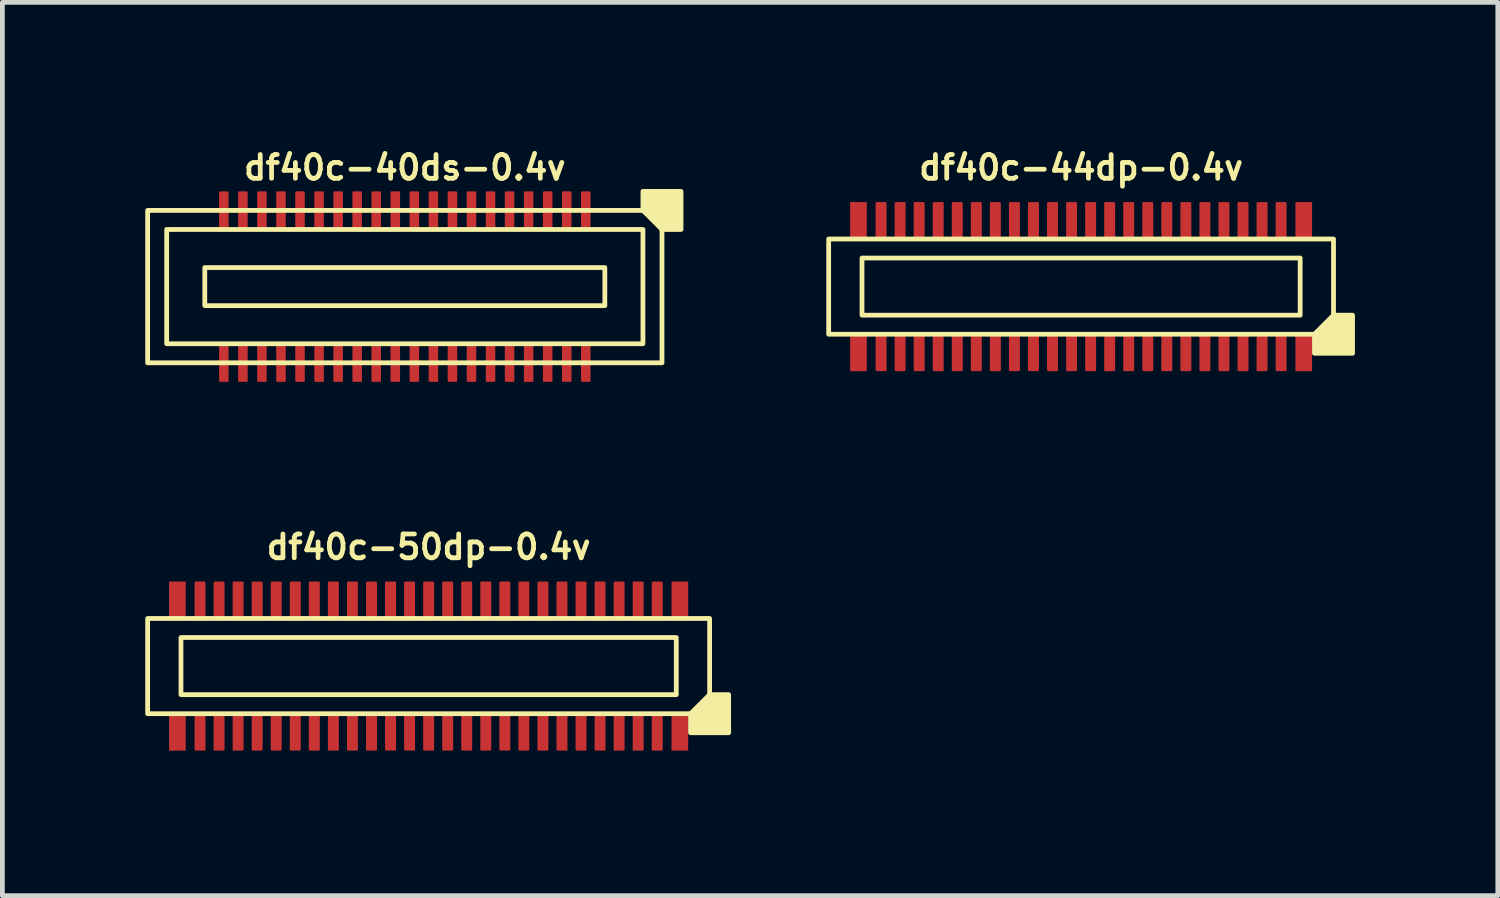
<source format=kicad_pcb>
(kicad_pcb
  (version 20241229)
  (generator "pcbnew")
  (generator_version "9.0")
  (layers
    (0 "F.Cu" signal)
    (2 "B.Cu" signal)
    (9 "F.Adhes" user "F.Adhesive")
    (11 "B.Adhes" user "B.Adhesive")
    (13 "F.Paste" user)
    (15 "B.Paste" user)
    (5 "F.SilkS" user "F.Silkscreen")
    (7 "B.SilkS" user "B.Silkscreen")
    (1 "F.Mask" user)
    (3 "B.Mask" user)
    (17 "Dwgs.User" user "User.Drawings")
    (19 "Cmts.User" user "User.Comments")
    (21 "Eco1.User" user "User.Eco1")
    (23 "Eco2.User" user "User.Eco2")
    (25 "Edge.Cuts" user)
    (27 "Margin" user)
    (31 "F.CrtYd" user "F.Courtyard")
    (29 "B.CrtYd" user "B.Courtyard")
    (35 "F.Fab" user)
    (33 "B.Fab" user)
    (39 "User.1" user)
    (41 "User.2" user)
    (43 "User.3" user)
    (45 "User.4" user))
  (footprint "df40c-44dp-0.4v"
    (layer "F.Cu")
    (at 19.65 2.968)
    (property "Reference" "df40c-44dp-0.4v" (at 0 -2.5 180) (layer "F.SilkS") (effects (font (size 0.5 0.5) (thickness 0.1))))
    (attr smd)
    (fp_rect (start -4.85 -1.775) (end -4.5 -1.025) (stroke (width 0) (type solid)) (fill yes) (layer "F.Cu"))
    (fp_rect (start -4.85 1.025) (end -4.5 1.775) (stroke (width 0) (type solid)) (fill yes) (layer "F.Cu"))
    (fp_rect (start 4.5 -1.775) (end 4.85 -1.025) (stroke (width 0) (type solid)) (fill yes) (layer "F.Cu"))
    (fp_rect (start 4.5 1.025) (end 4.85 1.775) (stroke (width 0) (type solid)) (fill yes) (layer "F.Cu"))
    (fp_rect (start -4.88 -1.805) (end -4.47 -0.995) (stroke (width 0) (type solid)) (fill yes) (layer "F.Mask"))
    (fp_rect (start -4.88 0.995) (end -4.47 1.805) (stroke (width 0) (type solid)) (fill yes) (layer "F.Mask"))
    (fp_rect (start 4.47 -0.995) (end 4.88 -1.805) (stroke (width 0.03) (type solid)) (fill yes) (layer "F.Mask"))
    (fp_rect (start 4.47 0.995) (end 4.88 1.805) (stroke (width 0.03) (type solid)) (fill yes) (layer "F.Mask"))
    (fp_rect (start 4.6 -0.6) (end -4.6 0.6) (stroke (width 0.1) (type default)) (fill no) (layer "F.SilkS"))
    (fp_rect (start 5.3 -1) (end -5.3 1) (stroke (width 0.1) (type default)) (fill no) (layer "F.SilkS"))
    (fp_poly (pts (xy 4.9 1) (xy 4.9 1.4) (xy 5.7 1.4) (xy 5.7 0.6) (xy 5.3 0.6)) (stroke (width 0.1) (type solid)) (fill yes) (layer "F.SilkS"))
    (fp_rect (start -4.85 -1.775) (end -4.5 -1.025) (stroke (width 0) (type solid)) (fill yes) (layer "F.Paste"))
    (fp_rect (start -4.5 1.025) (end -4.85 1.775) (stroke (width 0) (type solid)) (fill yes) (layer "F.Paste"))
    (fp_rect (start 4.5 -1.775) (end 4.85 -1.025) (stroke (width 0) (type solid)) (fill yes) (layer "F.Paste"))
    (fp_rect (start 4.5 1.025) (end 4.85 1.775) (stroke (width 0) (type solid)) (fill yes) (layer "F.Paste"))
    (pad "1" smd roundrect (at 4.2 1.4) (size 0.23 0.75) (layers "F.Cu" "F.Mask" "F.Paste") (roundrect_rratio 0.1))
    (pad "2" smd roundrect (at 4.2 -1.4) (size 0.23 0.75) (layers "F.Cu" "F.Mask" "F.Paste") (roundrect_rratio 0.1))
    (pad "3" smd roundrect (at 3.8 1.4) (size 0.23 0.75) (layers "F.Cu" "F.Mask" "F.Paste") (roundrect_rratio 0.1))
    (pad "4" smd roundrect (at 3.8 -1.4) (size 0.23 0.75) (layers "F.Cu" "F.Mask" "F.Paste") (roundrect_rratio 0.1))
    (pad "5" smd roundrect (at 3.4 1.4) (size 0.23 0.75) (layers "F.Cu" "F.Mask" "F.Paste") (roundrect_rratio 0.1))
    (pad "6" smd roundrect (at 3.4 -1.4) (size 0.23 0.75) (layers "F.Cu" "F.Mask" "F.Paste") (roundrect_rratio 0.1))
    (pad "7" smd roundrect (at 3 1.4) (size 0.23 0.75) (layers "F.Cu" "F.Mask" "F.Paste") (roundrect_rratio 0.1))
    (pad "8" smd roundrect (at 3 -1.4) (size 0.23 0.75) (layers "F.Cu" "F.Mask" "F.Paste") (roundrect_rratio 0.1))
    (pad "9" smd roundrect (at 2.6 1.4) (size 0.23 0.75) (layers "F.Cu" "F.Mask" "F.Paste") (roundrect_rratio 0.1))
    (pad "10" smd roundrect (at 2.6 -1.4) (size 0.23 0.75) (layers "F.Cu" "F.Mask" "F.Paste") (roundrect_rratio 0.1))
    (pad "11" smd roundrect (at 2.2 1.4) (size 0.23 0.75) (layers "F.Cu" "F.Mask" "F.Paste") (roundrect_rratio 0.1))
    (pad "12" smd roundrect (at 2.2 -1.4) (size 0.23 0.75) (layers "F.Cu" "F.Mask" "F.Paste") (roundrect_rratio 0.1))
    (pad "13" smd roundrect (at 1.8 1.4) (size 0.23 0.75) (layers "F.Cu" "F.Mask" "F.Paste") (roundrect_rratio 0.1))
    (pad "14" smd roundrect (at 1.8 -1.4) (size 0.23 0.75) (layers "F.Cu" "F.Mask" "F.Paste") (roundrect_rratio 0.1))
    (pad "15" smd roundrect (at 1.4 1.4) (size 0.23 0.75) (layers "F.Cu" "F.Mask" "F.Paste") (roundrect_rratio 0.1))
    (pad "16" smd roundrect (at 1.4 -1.4) (size 0.23 0.75) (layers "F.Cu" "F.Mask" "F.Paste") (roundrect_rratio 0.1))
    (pad "17" smd roundrect (at 1 1.4) (size 0.23 0.75) (layers "F.Cu" "F.Mask" "F.Paste") (roundrect_rratio 0.1))
    (pad "18" smd roundrect (at 1 -1.4) (size 0.23 0.75) (layers "F.Cu" "F.Mask" "F.Paste") (roundrect_rratio 0.1))
    (pad "19" smd roundrect (at 0.6 1.4) (size 0.23 0.75) (layers "F.Cu" "F.Mask" "F.Paste") (roundrect_rratio 0.1))
    (pad "20" smd roundrect (at 0.6 -1.4) (size 0.23 0.75) (layers "F.Cu" "F.Mask" "F.Paste") (roundrect_rratio 0.1))
    (pad "21" smd roundrect (at 0.2 1.4) (size 0.23 0.75) (layers "F.Cu" "F.Mask" "F.Paste") (roundrect_rratio 0.1))
    (pad "22" smd roundrect (at 0.2 -1.4) (size 0.23 0.75) (layers "F.Cu" "F.Mask" "F.Paste") (roundrect_rratio 0.1))
    (pad "23" smd roundrect (at -0.2 1.4) (size 0.23 0.75) (layers "F.Cu" "F.Mask" "F.Paste") (roundrect_rratio 0.1))
    (pad "24" smd roundrect (at -0.2 -1.4) (size 0.23 0.75) (layers "F.Cu" "F.Mask" "F.Paste") (roundrect_rratio 0.1))
    (pad "25" smd roundrect (at -0.6 1.4) (size 0.23 0.75) (layers "F.Cu" "F.Mask" "F.Paste") (roundrect_rratio 0.1))
    (pad "26" smd roundrect (at -0.6 -1.4) (size 0.23 0.75) (layers "F.Cu" "F.Mask" "F.Paste") (roundrect_rratio 0.1))
    (pad "27" smd roundrect (at -1 1.4) (size 0.23 0.75) (layers "F.Cu" "F.Mask" "F.Paste") (roundrect_rratio 0.1))
    (pad "28" smd roundrect (at -1 -1.4) (size 0.23 0.75) (layers "F.Cu" "F.Mask" "F.Paste") (roundrect_rratio 0.1))
    (pad "29" smd roundrect (at -1.4 1.4) (size 0.23 0.75) (layers "F.Cu" "F.Mask" "F.Paste") (roundrect_rratio 0.1))
    (pad "30" smd roundrect (at -1.4 -1.4) (size 0.23 0.75) (layers "F.Cu" "F.Mask" "F.Paste") (roundrect_rratio 0.1))
    (pad "31" smd roundrect (at -1.8 1.4) (size 0.23 0.75) (layers "F.Cu" "F.Mask" "F.Paste") (roundrect_rratio 0.1))
    (pad "32" smd roundrect (at -1.8 -1.4) (size 0.23 0.75) (layers "F.Cu" "F.Mask" "F.Paste") (roundrect_rratio 0.1))
    (pad "33" smd roundrect (at -2.2 1.4) (size 0.23 0.75) (layers "F.Cu" "F.Mask" "F.Paste") (roundrect_rratio 0.1))
    (pad "34" smd roundrect (at -2.2 -1.4) (size 0.23 0.75) (layers "F.Cu" "F.Mask" "F.Paste") (roundrect_rratio 0.1))
    (pad "35" smd roundrect (at -2.6 1.4) (size 0.23 0.75) (layers "F.Cu" "F.Mask" "F.Paste") (roundrect_rratio 0.1))
    (pad "36" smd roundrect (at -2.6 -1.4) (size 0.23 0.75) (layers "F.Cu" "F.Mask" "F.Paste") (roundrect_rratio 0.1))
    (pad "37" smd roundrect (at -3 1.4) (size 0.23 0.75) (layers "F.Cu" "F.Mask" "F.Paste") (roundrect_rratio 0.1))
    (pad "38" smd roundrect (at -3 -1.4) (size 0.23 0.75) (layers "F.Cu" "F.Mask" "F.Paste") (roundrect_rratio 0.1))
    (pad "39" smd roundrect (at -3.4 1.4) (size 0.23 0.75) (layers "F.Cu" "F.Mask" "F.Paste") (roundrect_rratio 0.1))
    (pad "40" smd roundrect (at -3.4 -1.4) (size 0.23 0.75) (layers "F.Cu" "F.Mask" "F.Paste") (roundrect_rratio 0.1))
    (pad "41" smd roundrect (at -3.8 1.4) (size 0.23 0.75) (layers "F.Cu" "F.Mask" "F.Paste") (roundrect_rratio 0.1))
    (pad "42" smd roundrect (at -3.8 -1.4) (size 0.23 0.75) (layers "F.Cu" "F.Mask" "F.Paste") (roundrect_rratio 0.1))
    (pad "43" smd roundrect (at -4.2 1.4) (size 0.23 0.75) (layers "F.Cu" "F.Mask" "F.Paste") (roundrect_rratio 0.1))
    (pad "44" smd roundrect (at -4.2 -1.4) (size 0.23 0.75) (layers "F.Cu" "F.Mask" "F.Paste") (roundrect_rratio 0.1)))
  (footprint "df40c-50dp-0.4v"
    (layer "F.Cu")
    (at 5.95 10.936)
    (property "Reference" "df40c-50dp-0.4v" (at 0 -2.5 180) (layer "F.SilkS") (effects (font (size 0.5 0.5) (thickness 0.1))))
    (attr smd)
    (fp_rect (start -5.45 -1.775) (end -5.1 -1.025) (stroke (width 0) (type solid)) (fill yes) (layer "F.Cu"))
    (fp_rect (start -5.45 1.025) (end -5.1 1.775) (stroke (width 0) (type solid)) (fill yes) (layer "F.Cu"))
    (fp_rect (start 5.1 -1.775) (end 5.45 -1.025) (stroke (width 0) (type solid)) (fill yes) (layer "F.Cu"))
    (fp_rect (start 5.1 1.025) (end 5.45 1.775) (stroke (width 0) (type solid)) (fill yes) (layer "F.Cu"))
    (fp_rect (start -5.48 -1.805) (end -5.07 -0.995) (stroke (width 0) (type solid)) (fill yes) (layer "F.Mask"))
    (fp_rect (start -5.48 0.995) (end -5.07 1.805) (stroke (width 0) (type solid)) (fill yes) (layer "F.Mask"))
    (fp_rect (start 5.07 -0.995) (end 5.48 -1.805) (stroke (width 0.03) (type solid)) (fill yes) (layer "F.Mask"))
    (fp_rect (start 5.07 0.995) (end 5.48 1.805) (stroke (width 0.03) (type solid)) (fill yes) (layer "F.Mask"))
    (fp_rect (start 5.2 -0.6) (end -5.2 0.6) (stroke (width 0.1) (type default)) (fill no) (layer "F.SilkS"))
    (fp_rect (start 5.9 -1) (end -5.9 1) (stroke (width 0.1) (type default)) (fill no) (layer "F.SilkS"))
    (fp_poly (pts (xy 5.5 1) (xy 5.5 1.4) (xy 6.3 1.4) (xy 6.3 0.6) (xy 5.9 0.6)) (stroke (width 0.1) (type solid)) (fill yes) (layer "F.SilkS"))
    (fp_rect (start -5.45 -1.775) (end -5.1 -1.025) (stroke (width 0) (type solid)) (fill yes) (layer "F.Paste"))
    (fp_rect (start -5.1 1.025) (end -5.45 1.775) (stroke (width 0) (type solid)) (fill yes) (layer "F.Paste"))
    (fp_rect (start 5.1 -1.775) (end 5.45 -1.025) (stroke (width 0) (type solid)) (fill yes) (layer "F.Paste"))
    (fp_rect (start 5.1 1.025) (end 5.45 1.775) (stroke (width 0) (type solid)) (fill yes) (layer "F.Paste"))
    (pad "1" smd roundrect (at 4.8 1.4) (size 0.23 0.75) (layers "F.Cu" "F.Mask" "F.Paste") (roundrect_rratio 0.1))
    (pad "2" smd roundrect (at 4.8 -1.4) (size 0.23 0.75) (layers "F.Cu" "F.Mask" "F.Paste") (roundrect_rratio 0.1))
    (pad "3" smd roundrect (at 4.4 1.4) (size 0.23 0.75) (layers "F.Cu" "F.Mask" "F.Paste") (roundrect_rratio 0.1))
    (pad "4" smd roundrect (at 4.4 -1.4) (size 0.23 0.75) (layers "F.Cu" "F.Mask" "F.Paste") (roundrect_rratio 0.1))
    (pad "5" smd roundrect (at 4 1.4) (size 0.23 0.75) (layers "F.Cu" "F.Mask" "F.Paste") (roundrect_rratio 0.1))
    (pad "6" smd roundrect (at 4 -1.4) (size 0.23 0.75) (layers "F.Cu" "F.Mask" "F.Paste") (roundrect_rratio 0.1))
    (pad "7" smd roundrect (at 3.6 1.4) (size 0.23 0.75) (layers "F.Cu" "F.Mask" "F.Paste") (roundrect_rratio 0.1))
    (pad "8" smd roundrect (at 3.6 -1.4) (size 0.23 0.75) (layers "F.Cu" "F.Mask" "F.Paste") (roundrect_rratio 0.1))
    (pad "9" smd roundrect (at 3.2 1.4) (size 0.23 0.75) (layers "F.Cu" "F.Mask" "F.Paste") (roundrect_rratio 0.1))
    (pad "10" smd roundrect (at 3.2 -1.4) (size 0.23 0.75) (layers "F.Cu" "F.Mask" "F.Paste") (roundrect_rratio 0.1))
    (pad "11" smd roundrect (at 2.8 1.4) (size 0.23 0.75) (layers "F.Cu" "F.Mask" "F.Paste") (roundrect_rratio 0.1))
    (pad "12" smd roundrect (at 2.8 -1.4) (size 0.23 0.75) (layers "F.Cu" "F.Mask" "F.Paste") (roundrect_rratio 0.1))
    (pad "13" smd roundrect (at 2.4 1.4) (size 0.23 0.75) (layers "F.Cu" "F.Mask" "F.Paste") (roundrect_rratio 0.1))
    (pad "14" smd roundrect (at 2.4 -1.4) (size 0.23 0.75) (layers "F.Cu" "F.Mask" "F.Paste") (roundrect_rratio 0.1))
    (pad "15" smd roundrect (at 2 1.4) (size 0.23 0.75) (layers "F.Cu" "F.Mask" "F.Paste") (roundrect_rratio 0.1))
    (pad "16" smd roundrect (at 2 -1.4) (size 0.23 0.75) (layers "F.Cu" "F.Mask" "F.Paste") (roundrect_rratio 0.1))
    (pad "17" smd roundrect (at 1.6 1.4) (size 0.23 0.75) (layers "F.Cu" "F.Mask" "F.Paste") (roundrect_rratio 0.1))
    (pad "18" smd roundrect (at 1.6 -1.4) (size 0.23 0.75) (layers "F.Cu" "F.Mask" "F.Paste") (roundrect_rratio 0.1))
    (pad "19" smd roundrect (at 1.2 1.4) (size 0.23 0.75) (layers "F.Cu" "F.Mask" "F.Paste") (roundrect_rratio 0.1))
    (pad "20" smd roundrect (at 1.2 -1.4) (size 0.23 0.75) (layers "F.Cu" "F.Mask" "F.Paste") (roundrect_rratio 0.1))
    (pad "21" smd roundrect (at 0.8 1.4) (size 0.23 0.75) (layers "F.Cu" "F.Mask" "F.Paste") (roundrect_rratio 0.1))
    (pad "22" smd roundrect (at 0.8 -1.4) (size 0.23 0.75) (layers "F.Cu" "F.Mask" "F.Paste") (roundrect_rratio 0.1))
    (pad "23" smd roundrect (at 0.4 1.4) (size 0.23 0.75) (layers "F.Cu" "F.Mask" "F.Paste") (roundrect_rratio 0.1))
    (pad "24" smd roundrect (at 0.4 -1.4) (size 0.23 0.75) (layers "F.Cu" "F.Mask" "F.Paste") (roundrect_rratio 0.1))
    (pad "25" smd roundrect (at 0 1.4) (size 0.23 0.75) (layers "F.Cu" "F.Mask" "F.Paste") (roundrect_rratio 0.1))
    (pad "26" smd roundrect (at 0 -1.4) (size 0.23 0.75) (layers "F.Cu" "F.Mask" "F.Paste") (roundrect_rratio 0.1))
    (pad "27" smd roundrect (at -0.4 1.4) (size 0.23 0.75) (layers "F.Cu" "F.Mask" "F.Paste") (roundrect_rratio 0.1))
    (pad "28" smd roundrect (at -0.4 -1.4) (size 0.23 0.75) (layers "F.Cu" "F.Mask" "F.Paste") (roundrect_rratio 0.1))
    (pad "29" smd roundrect (at -0.8 1.4) (size 0.23 0.75) (layers "F.Cu" "F.Mask" "F.Paste") (roundrect_rratio 0.1))
    (pad "30" smd roundrect (at -0.8 -1.4) (size 0.23 0.75) (layers "F.Cu" "F.Mask" "F.Paste") (roundrect_rratio 0.1))
    (pad "31" smd roundrect (at -1.2 1.4) (size 0.23 0.75) (layers "F.Cu" "F.Mask" "F.Paste") (roundrect_rratio 0.1))
    (pad "32" smd roundrect (at -1.2 -1.4) (size 0.23 0.75) (layers "F.Cu" "F.Mask" "F.Paste") (roundrect_rratio 0.1))
    (pad "33" smd roundrect (at -1.6 1.4) (size 0.23 0.75) (layers "F.Cu" "F.Mask" "F.Paste") (roundrect_rratio 0.1))
    (pad "34" smd roundrect (at -1.6 -1.4) (size 0.23 0.75) (layers "F.Cu" "F.Mask" "F.Paste") (roundrect_rratio 0.1))
    (pad "35" smd roundrect (at -2 1.4) (size 0.23 0.75) (layers "F.Cu" "F.Mask" "F.Paste") (roundrect_rratio 0.1))
    (pad "36" smd roundrect (at -2 -1.4) (size 0.23 0.75) (layers "F.Cu" "F.Mask" "F.Paste") (roundrect_rratio 0.1))
    (pad "37" smd roundrect (at -2.4 1.4) (size 0.23 0.75) (layers "F.Cu" "F.Mask" "F.Paste") (roundrect_rratio 0.1))
    (pad "38" smd roundrect (at -2.4 -1.4) (size 0.23 0.75) (layers "F.Cu" "F.Mask" "F.Paste") (roundrect_rratio 0.1))
    (pad "39" smd roundrect (at -2.8 1.4) (size 0.23 0.75) (layers "F.Cu" "F.Mask" "F.Paste") (roundrect_rratio 0.1))
    (pad "40" smd roundrect (at -2.8 -1.4) (size 0.23 0.75) (layers "F.Cu" "F.Mask" "F.Paste") (roundrect_rratio 0.1))
    (pad "41" smd roundrect (at -3.2 1.4) (size 0.23 0.75) (layers "F.Cu" "F.Mask" "F.Paste") (roundrect_rratio 0.1))
    (pad "42" smd roundrect (at -3.2 -1.4) (size 0.23 0.75) (layers "F.Cu" "F.Mask" "F.Paste") (roundrect_rratio 0.1))
    (pad "43" smd roundrect (at -3.6 1.4) (size 0.23 0.75) (layers "F.Cu" "F.Mask" "F.Paste") (roundrect_rratio 0.1))
    (pad "44" smd roundrect (at -3.6 -1.4) (size 0.23 0.75) (layers "F.Cu" "F.Mask" "F.Paste") (roundrect_rratio 0.1))
    (pad "45" smd roundrect (at -4 1.4) (size 0.23 0.75) (layers "F.Cu" "F.Mask" "F.Paste") (roundrect_rratio 0.1))
    (pad "46" smd roundrect (at -4 -1.4) (size 0.23 0.75) (layers "F.Cu" "F.Mask" "F.Paste") (roundrect_rratio 0.1))
    (pad "47" smd roundrect (at -4.4 1.4) (size 0.23 0.75) (layers "F.Cu" "F.Mask" "F.Paste") (roundrect_rratio 0.1))
    (pad "48" smd roundrect (at -4.4 -1.4) (size 0.23 0.75) (layers "F.Cu" "F.Mask" "F.Paste") (roundrect_rratio 0.1))
    (pad "49" smd roundrect (at -4.8 1.4) (size 0.23 0.75) (layers "F.Cu" "F.Mask" "F.Paste") (roundrect_rratio 0.1))
    (pad "50" smd roundrect (at -4.8 -1.4) (size 0.23 0.75) (layers "F.Cu" "F.Mask" "F.Paste") (roundrect_rratio 0.1)))
  (footprint "df40c-40ds-0.4v"
    (layer "F.Cu")
    (at 5.45 2.968)
    (property "Reference" "df40c-40ds-0.4v" (at 0 -2.5 180) (layer "F.SilkS") (effects (font (size 0.5 0.5) (thickness 0.1))))
    (attr smd)
    (fp_rect (start -4.2 -0.4) (end 4.2 0.4) (stroke (width 0.1) (type default)) (fill no) (layer "F.SilkS"))
    (fp_rect (start 5 -1.2) (end -5 1.2) (stroke (width 0.1) (type default)) (fill no) (layer "F.SilkS"))
    (fp_rect (start 5.4 -1.6) (end -5.4 1.6) (stroke (width 0.1) (type default)) (fill no) (layer "F.SilkS"))
    (fp_poly (pts (xy 5 -1.6) (xy 5 -2) (xy 5.8 -2) (xy 5.8 -1.2) (xy 5.4 -1.2)) (stroke (width 0.1) (type solid)) (fill yes) (layer "F.SilkS"))
    (fp_poly (pts (xy -3.9 -1.2) (xy 3.9 -1.2) (xy 3.9 -0.7) (xy -3.9 -0.7)) (stroke (width 0.001) (type solid)) (fill no) (layer "Dwgs.User"))
    (fp_poly (pts (xy -3.9 0.7) (xy 3.9 0.7) (xy 3.9 1.2) (xy -3.9 1.2)) (stroke (width 0.001) (type solid)) (fill no) (layer "Dwgs.User"))
    (pad "1" smd roundrect (at 3.8 -1.6) (size 0.2 0.8) (layers "F.Cu" "F.Mask" "F.Paste") (roundrect_rratio 0.1))
    (pad "2" smd roundrect (at 3.8 1.6) (size 0.2 0.8) (layers "F.Cu" "F.Mask" "F.Paste") (roundrect_rratio 0.1))
    (pad "3" smd roundrect (at 3.4 -1.6) (size 0.2 0.8) (layers "F.Cu" "F.Mask" "F.Paste") (roundrect_rratio 0.1))
    (pad "4" smd roundrect (at 3.4 1.6) (size 0.2 0.8) (layers "F.Cu" "F.Mask" "F.Paste") (roundrect_rratio 0.1))
    (pad "5" smd roundrect (at 3 -1.6) (size 0.2 0.8) (layers "F.Cu" "F.Mask" "F.Paste") (roundrect_rratio 0.1))
    (pad "6" smd roundrect (at 3 1.6) (size 0.2 0.8) (layers "F.Cu" "F.Mask" "F.Paste") (roundrect_rratio 0.1))
    (pad "7" smd roundrect (at 2.6 -1.6) (size 0.2 0.8) (layers "F.Cu" "F.Mask" "F.Paste") (roundrect_rratio 0.1))
    (pad "8" smd roundrect (at 2.6 1.6) (size 0.2 0.8) (layers "F.Cu" "F.Mask" "F.Paste") (roundrect_rratio 0.1))
    (pad "9" smd roundrect (at 2.2 -1.6) (size 0.2 0.8) (layers "F.Cu" "F.Mask" "F.Paste") (roundrect_rratio 0.1))
    (pad "10" smd roundrect (at 2.2 1.6) (size 0.2 0.8) (layers "F.Cu" "F.Mask" "F.Paste") (roundrect_rratio 0.1))
    (pad "11" smd roundrect (at 1.8 -1.6) (size 0.2 0.8) (layers "F.Cu" "F.Mask" "F.Paste") (roundrect_rratio 0.1))
    (pad "12" smd roundrect (at 1.8 1.6) (size 0.2 0.8) (layers "F.Cu" "F.Mask" "F.Paste") (roundrect_rratio 0.1))
    (pad "13" smd roundrect (at 1.4 -1.6) (size 0.2 0.8) (layers "F.Cu" "F.Mask" "F.Paste") (roundrect_rratio 0.1))
    (pad "14" smd roundrect (at 1.4 1.6) (size 0.2 0.8) (layers "F.Cu" "F.Mask" "F.Paste") (roundrect_rratio 0.1))
    (pad "15" smd roundrect (at 1 -1.6) (size 0.2 0.8) (layers "F.Cu" "F.Mask" "F.Paste") (roundrect_rratio 0.1))
    (pad "16" smd roundrect (at 1 1.6) (size 0.2 0.8) (layers "F.Cu" "F.Mask" "F.Paste") (roundrect_rratio 0.1))
    (pad "17" smd roundrect (at 0.6 -1.6) (size 0.2 0.8) (layers "F.Cu" "F.Mask" "F.Paste") (roundrect_rratio 0.1))
    (pad "18" smd roundrect (at 0.6 1.6) (size 0.2 0.8) (layers "F.Cu" "F.Mask" "F.Paste") (roundrect_rratio 0.1))
    (pad "19" smd roundrect (at 0.2 -1.6) (size 0.2 0.8) (layers "F.Cu" "F.Mask" "F.Paste") (roundrect_rratio 0.1))
    (pad "20" smd roundrect (at 0.2 1.6) (size 0.2 0.8) (layers "F.Cu" "F.Mask" "F.Paste") (roundrect_rratio 0.1))
    (pad "21" smd roundrect (at -0.2 -1.6) (size 0.2 0.8) (layers "F.Cu" "F.Mask" "F.Paste") (roundrect_rratio 0.1))
    (pad "22" smd roundrect (at -0.2 1.6) (size 0.2 0.8) (layers "F.Cu" "F.Mask" "F.Paste") (roundrect_rratio 0.1))
    (pad "23" smd roundrect (at -0.6 -1.6) (size 0.2 0.8) (layers "F.Cu" "F.Mask" "F.Paste") (roundrect_rratio 0.1))
    (pad "24" smd roundrect (at -0.6 1.6) (size 0.2 0.8) (layers "F.Cu" "F.Mask" "F.Paste") (roundrect_rratio 0.1))
    (pad "25" smd roundrect (at -1 -1.6) (size 0.2 0.8) (layers "F.Cu" "F.Mask" "F.Paste") (roundrect_rratio 0.1))
    (pad "26" smd roundrect (at -1 1.6) (size 0.2 0.8) (layers "F.Cu" "F.Mask" "F.Paste") (roundrect_rratio 0.1))
    (pad "27" smd roundrect (at -1.4 -1.6) (size 0.2 0.8) (layers "F.Cu" "F.Mask" "F.Paste") (roundrect_rratio 0.1))
    (pad "28" smd roundrect (at -1.4 1.6) (size 0.2 0.8) (layers "F.Cu" "F.Mask" "F.Paste") (roundrect_rratio 0.1))
    (pad "29" smd roundrect (at -1.8 -1.6) (size 0.2 0.8) (layers "F.Cu" "F.Mask" "F.Paste") (roundrect_rratio 0.1))
    (pad "30" smd roundrect (at -1.8 1.6) (size 0.2 0.8) (layers "F.Cu" "F.Mask" "F.Paste") (roundrect_rratio 0.1))
    (pad "31" smd roundrect (at -2.2 -1.6) (size 0.2 0.8) (layers "F.Cu" "F.Mask" "F.Paste") (roundrect_rratio 0.1))
    (pad "32" smd roundrect (at -2.2 1.6) (size 0.2 0.8) (layers "F.Cu" "F.Mask" "F.Paste") (roundrect_rratio 0.1))
    (pad "33" smd roundrect (at -2.6 -1.6) (size 0.2 0.8) (layers "F.Cu" "F.Mask" "F.Paste") (roundrect_rratio 0.1))
    (pad "34" smd roundrect (at -2.6 1.6) (size 0.2 0.8) (layers "F.Cu" "F.Mask" "F.Paste") (roundrect_rratio 0.1))
    (pad "35" smd roundrect (at -3 -1.6) (size 0.2 0.8) (layers "F.Cu" "F.Mask" "F.Paste") (roundrect_rratio 0.1))
    (pad "36" smd roundrect (at -3 1.6) (size 0.2 0.8) (layers "F.Cu" "F.Mask" "F.Paste") (roundrect_rratio 0.1))
    (pad "37" smd roundrect (at -3.4 -1.6) (size 0.2 0.8) (layers "F.Cu" "F.Mask" "F.Paste") (roundrect_rratio 0.1))
    (pad "38" smd roundrect (at -3.4 1.6) (size 0.2 0.8) (layers "F.Cu" "F.Mask" "F.Paste") (roundrect_rratio 0.1))
    (pad "39" smd roundrect (at -3.8 -1.6) (size 0.2 0.8) (layers "F.Cu" "F.Mask" "F.Paste") (roundrect_rratio 0.1))
    (pad "40" smd roundrect (at -3.8 1.6) (size 0.2 0.8) (layers "F.Cu" "F.Mask" "F.Paste") (roundrect_rratio 0.1)))
  (gr_rect
    (start -3 -3)
    (end 28.4 15.756)
    (stroke (width 0.1) (type default))
    (fill no)
    (layer "Edge.Cuts")))
</source>
